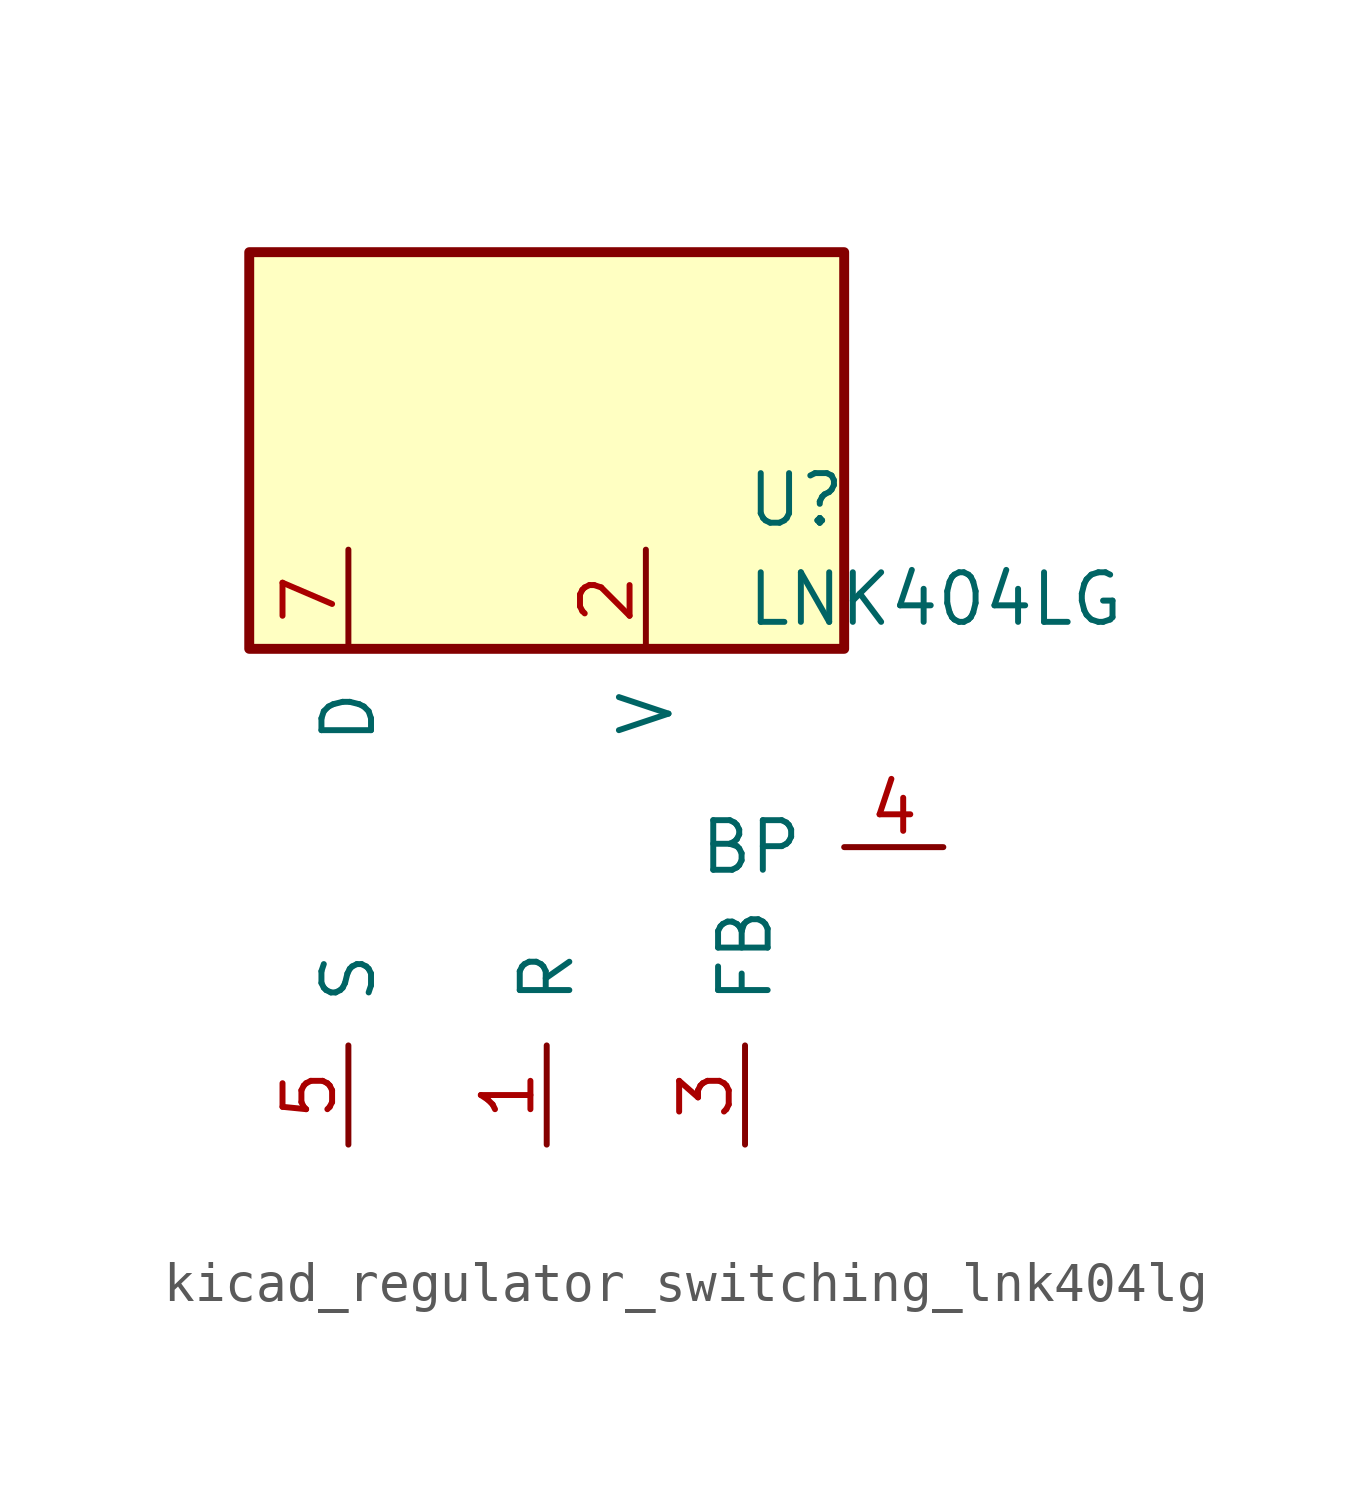
<source format=kicad_sym>
(kicad_symbol_lib
  (version 20220914)
  (generator kicad_symbol_editor)
  (symbol "kicad_regulator_switching_lnk404lg"
    (pin_names
      (offset 1.016))
    (property "Reference" "U"
      (at 5.08 8.89 0)
      (effects (font (size 1.27 1.27)) (justify left)))
    (property "Value" "LNK404LG"
      (at 5.08 6.35 0)
      (effects (font (size 1.27 1.27)) (justify left)))
    (symbol "kicad_regulator_switching_lnk404lg_0_1"
      (rectangle (start 7.62 15.24) (end -7.62 5.08) (stroke (width 0.254) (type default)) (fill (type background))))
    (symbol "kicad_regulator_switching_lnk404lg_1_1"
      (pin input line (at 0 -7.62 90) (length 2.54) (name "R" (effects (font (size 1.27 1.27)))) (number "1" (effects (font (size 1.27 1.27)))))
      (pin input line (at 2.54 7.62 270) (length 2.54) (name "V" (effects (font (size 1.27 1.27)))) (number "2" (effects (font (size 1.27 1.27)))))
      (pin input line (at 5.08 -7.62 90) (length 2.54) (name "FB" (effects (font (size 1.27 1.27)))) (number "3" (effects (font (size 1.27 1.27)))))
      (pin input line (at 10.16 0 180) (length 2.54) (name "BP" (effects (font (size 1.27 1.27)))) (number "4" (effects (font (size 1.27 1.27)))))
      (pin power_in line (at -5.08 -7.62 90) (length 2.54) (name "S" (effects (font (size 1.27 1.27)))) (number "5" (effects (font (size 1.27 1.27)))))
      (pin open_collector line (at -5.08 7.62 270) (length 2.54) (name "D" (effects (font (size 1.27 1.27)))) (number "7" (effects (font (size 1.27 1.27))))))))
</source>
